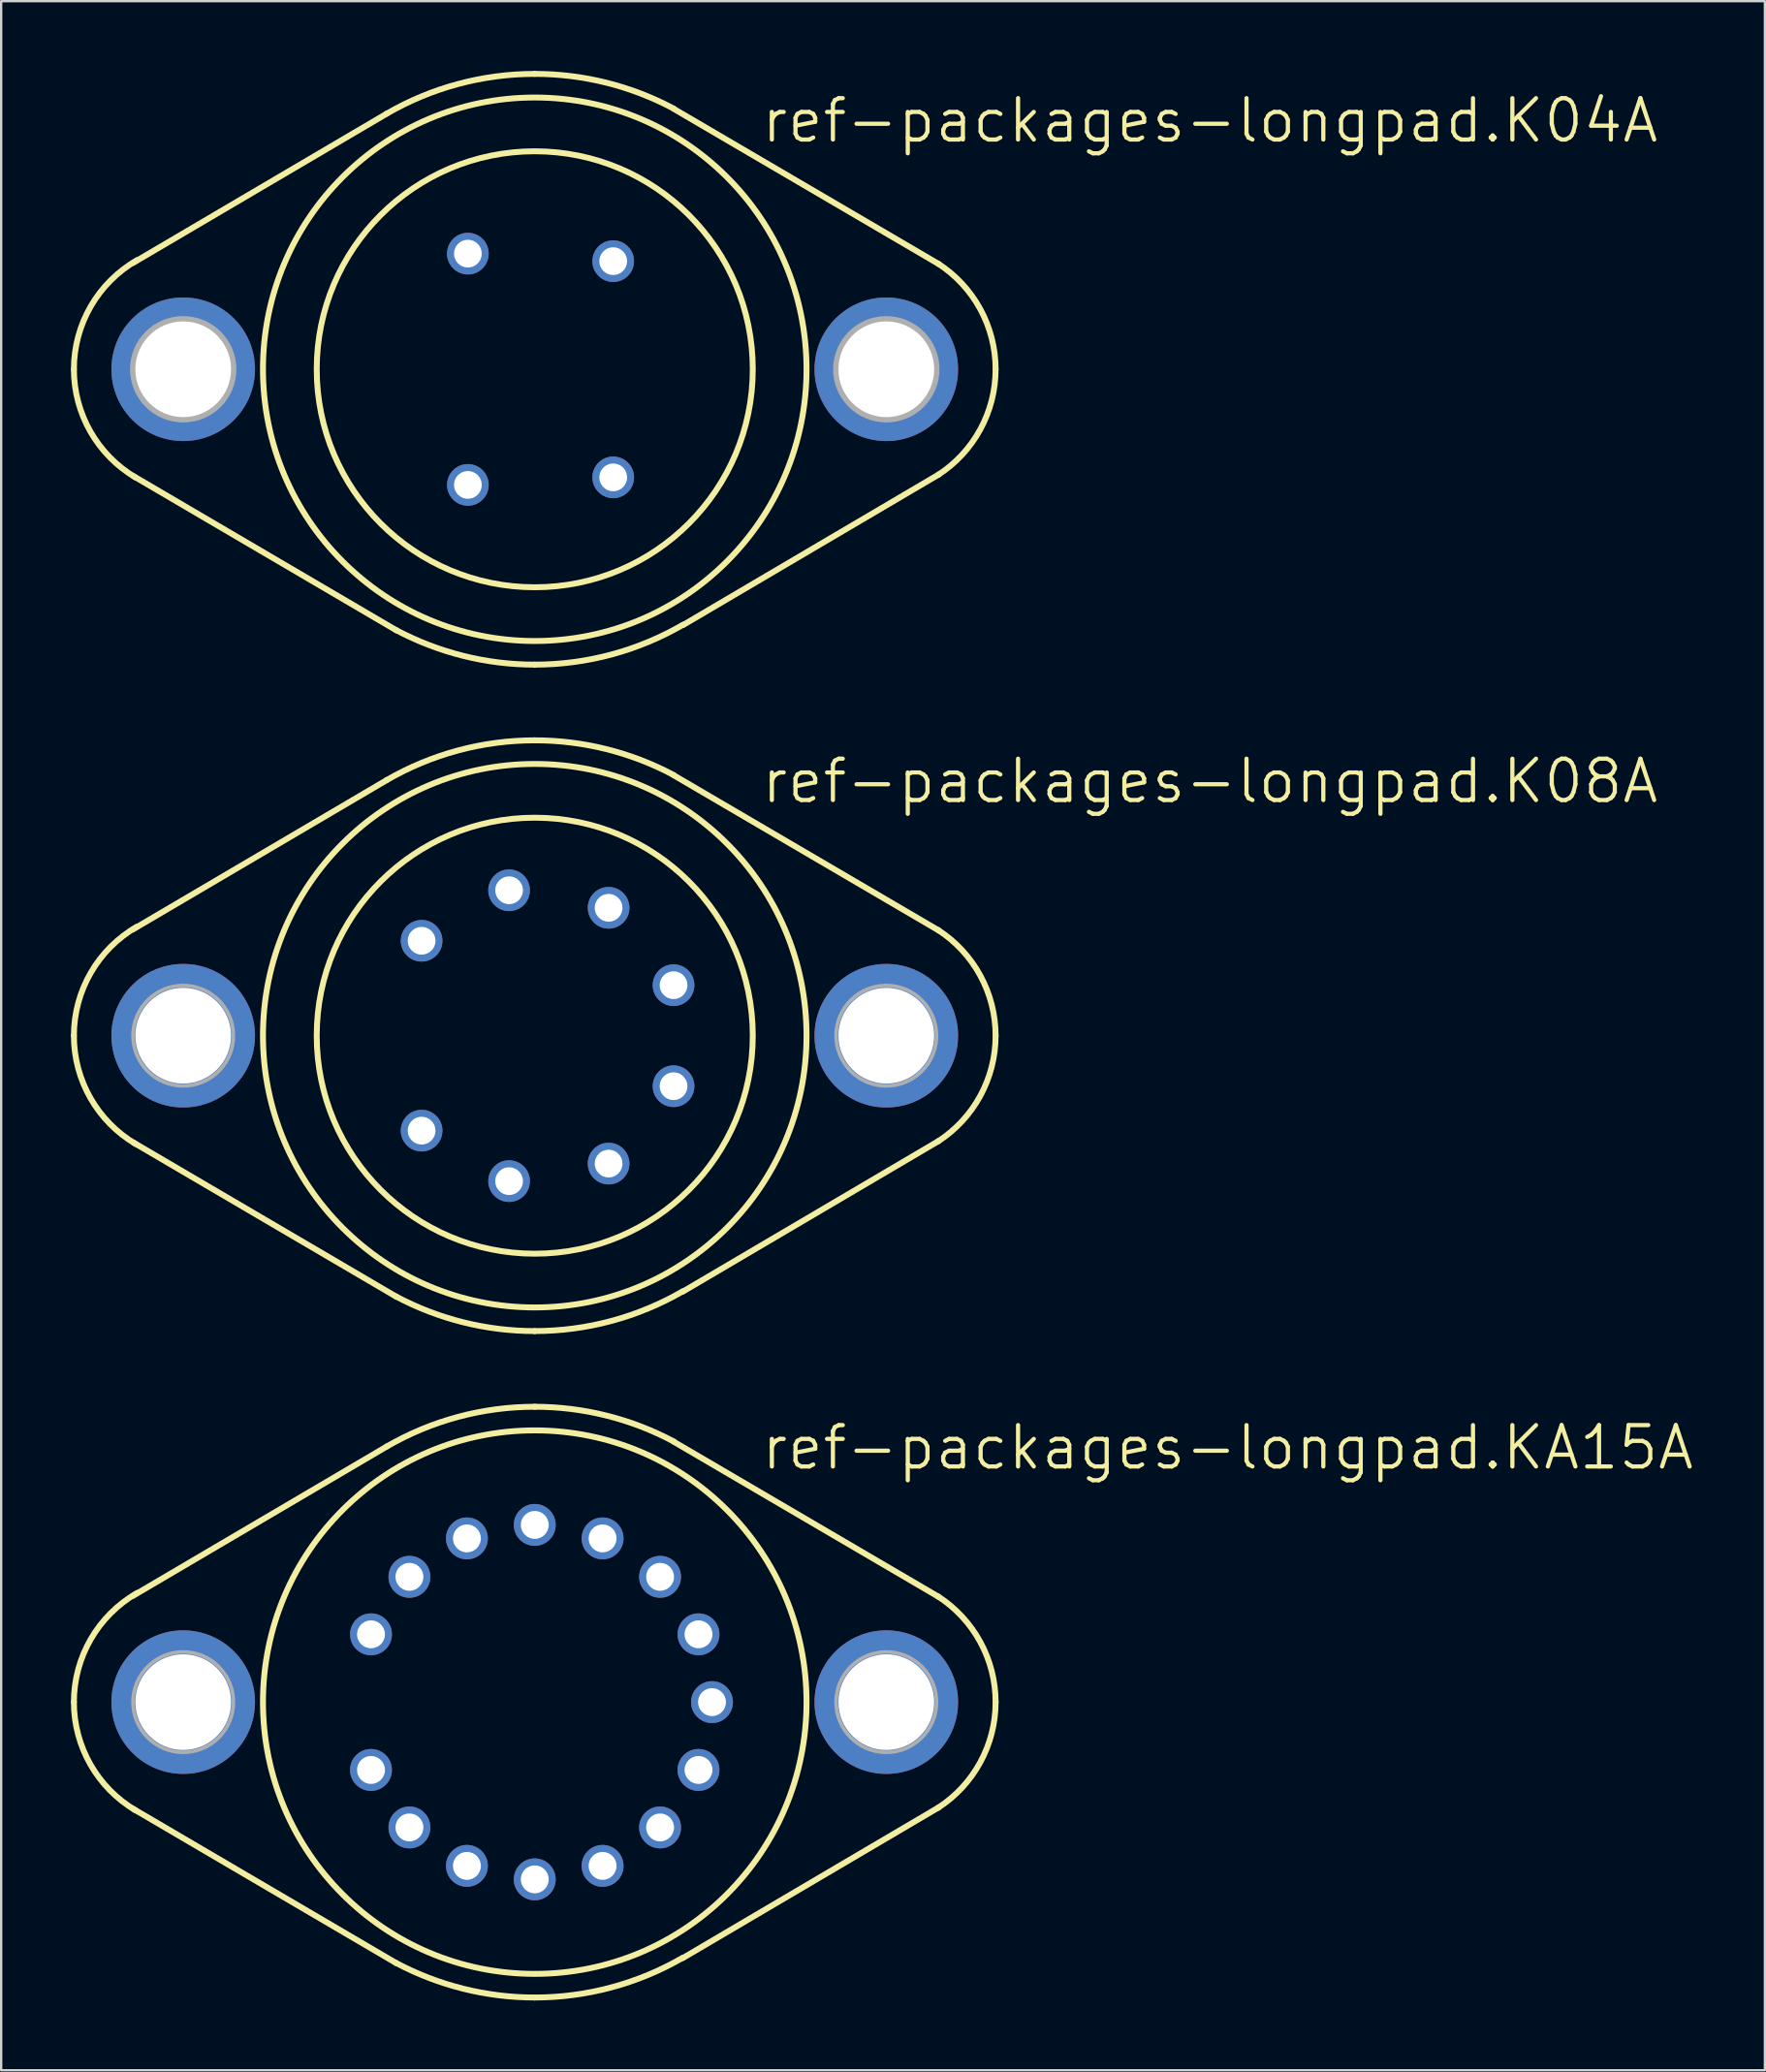
<source format=kicad_pcb>
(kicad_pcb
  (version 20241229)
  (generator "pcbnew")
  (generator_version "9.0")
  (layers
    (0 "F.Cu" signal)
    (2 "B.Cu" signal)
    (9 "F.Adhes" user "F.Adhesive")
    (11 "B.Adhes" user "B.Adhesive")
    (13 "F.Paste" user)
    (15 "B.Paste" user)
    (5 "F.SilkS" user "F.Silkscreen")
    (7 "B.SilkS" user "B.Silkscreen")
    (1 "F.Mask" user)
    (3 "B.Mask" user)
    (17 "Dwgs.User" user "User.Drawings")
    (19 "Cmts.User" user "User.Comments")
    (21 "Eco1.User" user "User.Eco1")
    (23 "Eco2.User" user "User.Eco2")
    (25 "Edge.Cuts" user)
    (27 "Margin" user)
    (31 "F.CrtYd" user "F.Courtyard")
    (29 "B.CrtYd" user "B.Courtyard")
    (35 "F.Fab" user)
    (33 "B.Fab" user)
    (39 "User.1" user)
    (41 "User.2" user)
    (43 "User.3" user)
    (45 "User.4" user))
  (footprint "ref-packages-longpad.K08A"
    (layer "F.Cu")
    (at 19.939 41.481)
    (property "Reference" "ref-packages-longpad.K08A" (at 9.652 -9.906 0) (layer "F.SilkS") (effects (font (size 1.778 1.778) (thickness 0.18)) (justify left bottom)))
    (attr through_hole)
    (fp_line (start -6.35 -10.998) (end -17.272 -4.572) (stroke (width 0.254) (type default)) (layer "F.SilkS"))
    (fp_line (start -5.944 11.227) (end -17.247 4.597) (stroke (width 0.254) (type default)) (layer "F.SilkS"))
    (fp_line (start 5.969 -11.201) (end 17.374 -4.521) (stroke (width 0.254) (type default)) (layer "F.SilkS"))
    (fp_line (start 6.375 10.998) (end 17.374 4.521) (stroke (width 0.254) (type default)) (layer "F.SilkS"))
    (fp_arc (start -19.812 0) (mid -19.08306 -2.712168) (end -17.0927 -4.6935) (stroke (width 0.254) (type default)) (layer "F.SilkS"))
    (fp_arc (start -17.1555 4.657) (mid -19.101186 2.680705) (end -19.812 0) (stroke (width 0.254) (type default)) (layer "F.SilkS"))
    (fp_arc (start -6.3718 -10.9859) (mid -3.299165 -12.263989) (end 0 -12.7) (stroke (width 0.254) (type default)) (layer "F.SilkS"))
    (fp_arc (start 0 -12.7) (mid 3.080216 -12.320822) (end 5.9765 -11.2059) (stroke (width 0.254) (type default)) (layer "F.SilkS"))
    (fp_arc (start 0 12.7) (mid -3.080216 12.320822) (end -5.9765 11.2059) (stroke (width 0.254) (type default)) (layer "F.SilkS"))
    (fp_arc (start 6.3718 10.9859) (mid 3.299165 12.263989) (end 0 12.7) (stroke (width 0.254) (type default)) (layer "F.SilkS"))
    (fp_arc (start 17.3366 -4.545) (mid 19.153012 -2.587691) (end 19.812 0) (stroke (width 0.254) (type default)) (layer "F.SilkS"))
    (fp_arc (start 19.812 0) (mid 19.153012 2.587691) (end 17.3366 4.545) (stroke (width 0.254) (type default)) (layer "F.SilkS"))
    (fp_circle (center 0 0) (end 9.373 0) (stroke (width 0.254) (type default)) (fill no) (layer "F.SilkS"))
    (fp_circle (center 0 0) (end 11.684 0) (stroke (width 0.254) (type default)) (fill no) (layer "F.SilkS"))
    (fp_circle (center -15.113 0) (end -12.954 0) (stroke (width 0.152) (type default)) (fill no) (layer "F.Fab"))
    (fp_circle (center 15.113 0) (end 17.272 0) (stroke (width 0.152) (type default)) (fill no) (layer "F.Fab"))
    (pad "1" thru_hole circle (at -4.864 4.082) (size 1.791 1.791) (drill 1.194) (layers "*.Cu" "*.Mask"))
    (pad "2" thru_hole circle (at -1.103 6.253) (size 1.791 1.791) (drill 1.194) (layers "*.Cu" "*.Mask"))
    (pad "3" thru_hole circle (at 3.175 5.499) (size 1.791 1.791) (drill 1.194) (layers "*.Cu" "*.Mask"))
    (pad "4" thru_hole circle (at 5.967 2.172) (size 1.791 1.791) (drill 1.194) (layers "*.Cu" "*.Mask"))
    (pad "5" thru_hole circle (at 5.967 -2.172) (size 1.791 1.791) (drill 1.194) (layers "*.Cu" "*.Mask"))
    (pad "6" thru_hole circle (at 3.175 -5.499) (size 1.791 1.791) (drill 1.194) (layers "*.Cu" "*.Mask"))
    (pad "7" thru_hole circle (at -1.103 -6.253) (size 1.791 1.791) (drill 1.194) (layers "*.Cu" "*.Mask"))
    (pad "8" thru_hole circle (at -4.864 -4.082) (size 1.791 1.791) (drill 1.194) (layers "*.Cu" "*.Mask"))
    (pad "C" thru_hole circle (at 15.113 0) (size 6.172 6.172) (drill 4.115) (layers "*.Cu" "*.Mask"))
    (pad "C/" thru_hole circle (at -15.113 0) (size 6.172 6.172) (drill 4.115) (layers "*.Cu" "*.Mask")))
  (footprint "ref-packages-longpad.KA15A"
    (layer "F.Cu")
    (at 19.939 70.135)
    (property "Reference" "ref-packages-longpad.KA15A" (at 9.652 -9.906 0) (layer "F.SilkS") (effects (font (size 1.778 1.778) (thickness 0.18)) (justify left bottom)))
    (attr through_hole)
    (fp_line (start -6.35 -10.998) (end -17.272 -4.572) (stroke (width 0.254) (type default)) (layer "F.SilkS"))
    (fp_line (start -5.944 11.227) (end -17.247 4.597) (stroke (width 0.254) (type default)) (layer "F.SilkS"))
    (fp_line (start 5.969 -11.201) (end 17.374 -4.521) (stroke (width 0.254) (type default)) (layer "F.SilkS"))
    (fp_line (start 6.375 10.998) (end 17.374 4.521) (stroke (width 0.254) (type default)) (layer "F.SilkS"))
    (fp_arc (start -19.812 0) (mid -19.08306 -2.712168) (end -17.0927 -4.6935) (stroke (width 0.254) (type default)) (layer "F.SilkS"))
    (fp_arc (start -17.1555 4.657) (mid -19.101186 2.680705) (end -19.812 0) (stroke (width 0.254) (type default)) (layer "F.SilkS"))
    (fp_arc (start -6.3718 -10.9859) (mid -3.299165 -12.263989) (end 0 -12.7) (stroke (width 0.254) (type default)) (layer "F.SilkS"))
    (fp_arc (start 0 -12.7) (mid 3.080216 -12.320822) (end 5.9765 -11.2059) (stroke (width 0.254) (type default)) (layer "F.SilkS"))
    (fp_arc (start 0 12.7) (mid -3.080216 12.320822) (end -5.9765 11.2059) (stroke (width 0.254) (type default)) (layer "F.SilkS"))
    (fp_arc (start 6.3718 10.9859) (mid 3.299165 12.263989) (end 0 12.7) (stroke (width 0.254) (type default)) (layer "F.SilkS"))
    (fp_arc (start 17.3366 -4.545) (mid 19.153012 -2.587691) (end 19.812 0) (stroke (width 0.254) (type default)) (layer "F.SilkS"))
    (fp_arc (start 19.812 0) (mid 19.153012 2.587691) (end 17.3366 4.545) (stroke (width 0.254) (type default)) (layer "F.SilkS"))
    (fp_circle (center 0 0) (end 11.684 0) (stroke (width 0.254) (type default)) (fill no) (layer "F.SilkS"))
    (fp_circle (center -15.113 0) (end -12.954 0) (stroke (width 0.152) (type default)) (fill no) (layer "F.Fab"))
    (fp_circle (center 15.113 0) (end 17.272 0) (stroke (width 0.152) (type default)) (fill no) (layer "F.Fab"))
    (pad "1" thru_hole circle (at -7.04 2.916) (size 1.8 1.8) (drill 1.2) (layers "*.Cu" "*.Mask"))
    (pad "2" thru_hole circle (at -5.388 5.388) (size 1.8 1.8) (drill 1.2) (layers "*.Cu" "*.Mask"))
    (pad "3" thru_hole circle (at -2.916 7.04) (size 1.8 1.8) (drill 1.2) (layers "*.Cu" "*.Mask"))
    (pad "4" thru_hole circle (at 0 7.62) (size 1.8 1.8) (drill 1.2) (layers "*.Cu" "*.Mask"))
    (pad "5" thru_hole circle (at 2.916 7.04) (size 1.8 1.8) (drill 1.2) (layers "*.Cu" "*.Mask"))
    (pad "6" thru_hole circle (at 5.388 5.388) (size 1.8 1.8) (drill 1.2) (layers "*.Cu" "*.Mask"))
    (pad "7" thru_hole circle (at 7.04 2.916) (size 1.8 1.8) (drill 1.2) (layers "*.Cu" "*.Mask"))
    (pad "8" thru_hole circle (at 7.62 0) (size 1.8 1.8) (drill 1.2) (layers "*.Cu" "*.Mask"))
    (pad "9" thru_hole circle (at 7.04 -2.916) (size 1.8 1.8) (drill 1.2) (layers "*.Cu" "*.Mask"))
    (pad "10" thru_hole circle (at 5.388 -5.388) (size 1.8 1.8) (drill 1.2) (layers "*.Cu" "*.Mask"))
    (pad "11" thru_hole circle (at 2.916 -7.04) (size 1.8 1.8) (drill 1.2) (layers "*.Cu" "*.Mask"))
    (pad "12" thru_hole circle (at 0 -7.62) (size 1.8 1.8) (drill 1.2) (layers "*.Cu" "*.Mask"))
    (pad "13" thru_hole circle (at -2.916 -7.04) (size 1.8 1.8) (drill 1.2) (layers "*.Cu" "*.Mask"))
    (pad "14" thru_hole circle (at -5.388 -5.388) (size 1.8 1.8) (drill 1.2) (layers "*.Cu" "*.Mask"))
    (pad "15" thru_hole circle (at -7.04 -2.916) (size 1.8 1.8) (drill 1.2) (layers "*.Cu" "*.Mask"))
    (pad "16" thru_hole circle (at -15.113 0) (size 6.172 6.172) (drill 4.115) (layers "*.Cu" "*.Mask"))
    (pad "16/" thru_hole circle (at 15.113 0) (size 6.172 6.172) (drill 4.115) (layers "*.Cu" "*.Mask")))
  (footprint "ref-packages-longpad.K04A"
    (layer "F.Cu")
    (at 19.939 12.827)
    (property "Reference" "ref-packages-longpad.K04A" (at 9.652 -9.652 0) (layer "F.SilkS") (effects (font (size 1.778 1.778) (thickness 0.18)) (justify left bottom)))
    (attr through_hole)
    (fp_line (start -6.35 -10.998) (end -17.272 -4.572) (stroke (width 0.254) (type default)) (layer "F.SilkS"))
    (fp_line (start -5.944 11.227) (end -17.247 4.597) (stroke (width 0.254) (type default)) (layer "F.SilkS"))
    (fp_line (start 5.969 -11.201) (end 17.374 -4.521) (stroke (width 0.254) (type default)) (layer "F.SilkS"))
    (fp_line (start 6.375 10.998) (end 17.374 4.521) (stroke (width 0.254) (type default)) (layer "F.SilkS"))
    (fp_arc (start -19.812 0) (mid -19.08306 -2.712168) (end -17.0927 -4.6935) (stroke (width 0.254) (type default)) (layer "F.SilkS"))
    (fp_arc (start -17.1555 4.657) (mid -19.101186 2.680705) (end -19.812 0) (stroke (width 0.254) (type default)) (layer "F.SilkS"))
    (fp_arc (start -6.3718 -10.9859) (mid -3.299165 -12.263989) (end 0 -12.7) (stroke (width 0.254) (type default)) (layer "F.SilkS"))
    (fp_arc (start 0 -12.7) (mid 3.080216 -12.320822) (end 5.9765 -11.2059) (stroke (width 0.254) (type default)) (layer "F.SilkS"))
    (fp_arc (start 0 12.7) (mid -3.080216 12.320822) (end -5.9765 11.2059) (stroke (width 0.254) (type default)) (layer "F.SilkS"))
    (fp_arc (start 6.3718 10.9859) (mid 3.299165 12.263989) (end 0 12.7) (stroke (width 0.254) (type default)) (layer "F.SilkS"))
    (fp_arc (start 17.3366 -4.545) (mid 19.153012 -2.587691) (end 19.812 0) (stroke (width 0.254) (type default)) (layer "F.SilkS"))
    (fp_arc (start 19.812 0) (mid 19.153012 2.587691) (end 17.3366 4.545) (stroke (width 0.254) (type default)) (layer "F.SilkS"))
    (fp_circle (center 0 0) (end 9.373 0) (stroke (width 0.254) (type default)) (fill no) (layer "F.SilkS"))
    (fp_circle (center 0 0) (end 11.684 0) (stroke (width 0.254) (type default)) (fill no) (layer "F.SilkS"))
    (fp_circle (center -15.113 0) (end -12.954 0) (stroke (width 0.254) (type default)) (fill no) (layer "F.Fab"))
    (fp_circle (center 15.113 0) (end 17.272 0) (stroke (width 0.254) (type default)) (fill no) (layer "F.Fab"))
    (pad "1" thru_hole circle (at -2.875 4.972) (size 1.791 1.791) (drill 1.194) (layers "*.Cu" "*.Mask"))
    (pad "2" thru_hole circle (at 3.373 4.648) (size 1.791 1.791) (drill 1.194) (layers "*.Cu" "*.Mask"))
    (pad "3" thru_hole circle (at 3.373 -4.648) (size 1.791 1.791) (drill 1.194) (layers "*.Cu" "*.Mask"))
    (pad "4" thru_hole circle (at -2.875 -4.972) (size 1.791 1.791) (drill 1.194) (layers "*.Cu" "*.Mask"))
    (pad "5" thru_hole circle (at 15.113 0) (size 6.172 6.172) (drill 4.115) (layers "*.Cu" "*.Mask"))
    (pad "5/" thru_hole circle (at -15.113 0) (size 6.172 6.172) (drill 4.115) (layers "*.Cu" "*.Mask")))
  (gr_rect
    (start -3 -3)
    (end 72.823 85.962)
    (stroke (width 0.1) (type default))
    (fill no)
    (layer "Edge.Cuts")))
</source>
